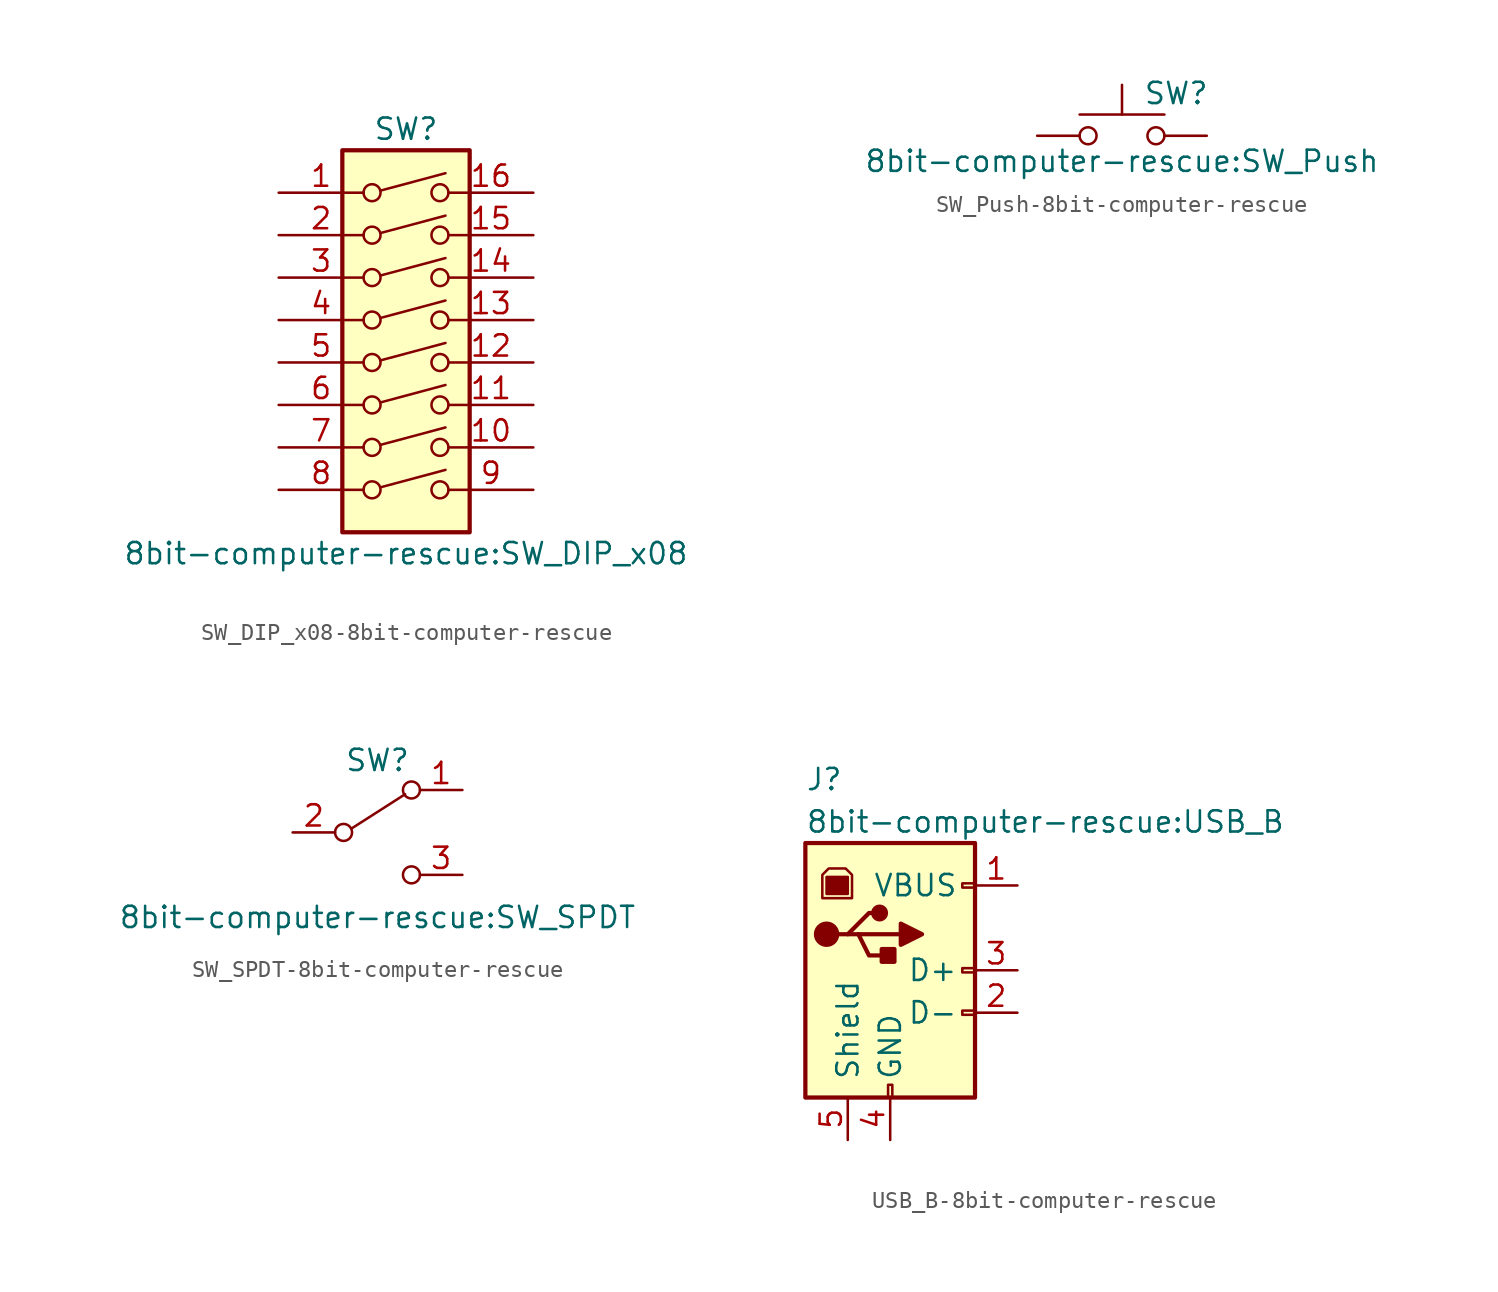
<source format=kicad_sym>
(kicad_symbol_lib
  (version 20231120)
  (generator "kicad_symbol_editor")
  (generator_version "8.0")
  (symbol "SW_DIP_x08-8bit-computer-rescue"
    (pin_names
      (offset 0) hide)
    (property "Reference" "SW"
      (at 0 13.97 0)
      (effects (font (size 1.27 1.27))))
    (property "Value" "8bit-computer-rescue:SW_DIP_x08"
      (at 0 -11.43 0)
      (effects (font (size 1.27 1.27))))
    (symbol "SW_DIP_x08-8bit-computer-rescue_0_0"
      (circle (center -2.032 -7.62) (radius 0.508) (stroke (width 0) (type solid)) (fill (type none)))
      (circle (center -2.032 -5.08) (radius 0.508) (stroke (width 0) (type solid)) (fill (type none)))
      (circle (center -2.032 -2.54) (radius 0.508) (stroke (width 0) (type solid)) (fill (type none)))
      (circle (center -2.032 0) (radius 0.508) (stroke (width 0) (type solid)) (fill (type none)))
      (circle (center -2.032 2.54) (radius 0.508) (stroke (width 0) (type solid)) (fill (type none)))
      (circle (center -2.032 5.08) (radius 0.508) (stroke (width 0) (type solid)) (fill (type none)))
      (circle (center -2.032 7.62) (radius 0.508) (stroke (width 0) (type solid)) (fill (type none)))
      (circle (center -2.032 10.16) (radius 0.508) (stroke (width 0) (type solid)) (fill (type none)))
      (polyline (pts (xy -1.524 -7.468) (xy 2.362 -6.426)) (stroke (width 0) (type solid)) (fill (type none)))
      (polyline (pts (xy -1.524 -4.928) (xy 2.362 -3.886)) (stroke (width 0) (type solid)) (fill (type none)))
      (polyline (pts (xy -1.524 -2.388) (xy 2.362 -1.346)) (stroke (width 0) (type solid)) (fill (type none)))
      (polyline (pts (xy -1.524 0.127) (xy 2.362 1.168)) (stroke (width 0) (type solid)) (fill (type none)))
      (polyline (pts (xy -1.524 2.667) (xy 2.362 3.708)) (stroke (width 0) (type solid)) (fill (type none)))
      (polyline (pts (xy -1.524 5.207) (xy 2.362 6.248)) (stroke (width 0) (type solid)) (fill (type none)))
      (polyline (pts (xy -1.524 7.747) (xy 2.362 8.788)) (stroke (width 0) (type solid)) (fill (type none)))
      (polyline (pts (xy -1.524 10.287) (xy 2.362 11.328)) (stroke (width 0) (type solid)) (fill (type none)))
      (circle (center 2.032 -7.62) (radius 0.508) (stroke (width 0) (type solid)) (fill (type none)))
      (circle (center 2.032 -5.08) (radius 0.508) (stroke (width 0) (type solid)) (fill (type none)))
      (circle (center 2.032 -2.54) (radius 0.508) (stroke (width 0) (type solid)) (fill (type none)))
      (circle (center 2.032 0) (radius 0.508) (stroke (width 0) (type solid)) (fill (type none)))
      (circle (center 2.032 2.54) (radius 0.508) (stroke (width 0) (type solid)) (fill (type none)))
      (circle (center 2.032 5.08) (radius 0.508) (stroke (width 0) (type solid)) (fill (type none)))
      (circle (center 2.032 7.62) (radius 0.508) (stroke (width 0) (type solid)) (fill (type none)))
      (circle (center 2.032 10.16) (radius 0.508) (stroke (width 0) (type solid)) (fill (type none))))
    (symbol "SW_DIP_x08-8bit-computer-rescue_0_1"
      (rectangle (start -3.81 12.7) (end 3.81 -10.16) (stroke (width 0.254) (type solid)) (fill (type background))))
    (symbol "SW_DIP_x08-8bit-computer-rescue_1_1"
      (pin passive line (at -7.62 10.16 0) (length 5.08) (name "~" (effects (font (size 1.27 1.27)))) (number "1" (effects (font (size 1.27 1.27)))))
      (pin passive line (at 7.62 -5.08 180) (length 5.08) (name "~" (effects (font (size 1.27 1.27)))) (number "10" (effects (font (size 1.27 1.27)))))
      (pin passive line (at 7.62 -2.54 180) (length 5.08) (name "~" (effects (font (size 1.27 1.27)))) (number "11" (effects (font (size 1.27 1.27)))))
      (pin passive line (at 7.62 0 180) (length 5.08) (name "~" (effects (font (size 1.27 1.27)))) (number "12" (effects (font (size 1.27 1.27)))))
      (pin passive line (at 7.62 2.54 180) (length 5.08) (name "~" (effects (font (size 1.27 1.27)))) (number "13" (effects (font (size 1.27 1.27)))))
      (pin passive line (at 7.62 5.08 180) (length 5.08) (name "~" (effects (font (size 1.27 1.27)))) (number "14" (effects (font (size 1.27 1.27)))))
      (pin passive line (at 7.62 7.62 180) (length 5.08) (name "~" (effects (font (size 1.27 1.27)))) (number "15" (effects (font (size 1.27 1.27)))))
      (pin passive line (at 7.62 10.16 180) (length 5.08) (name "~" (effects (font (size 1.27 1.27)))) (number "16" (effects (font (size 1.27 1.27)))))
      (pin passive line (at -7.62 7.62 0) (length 5.08) (name "~" (effects (font (size 1.27 1.27)))) (number "2" (effects (font (size 1.27 1.27)))))
      (pin passive line (at -7.62 5.08 0) (length 5.08) (name "~" (effects (font (size 1.27 1.27)))) (number "3" (effects (font (size 1.27 1.27)))))
      (pin passive line (at -7.62 2.54 0) (length 5.08) (name "~" (effects (font (size 1.27 1.27)))) (number "4" (effects (font (size 1.27 1.27)))))
      (pin passive line (at -7.62 0 0) (length 5.08) (name "~" (effects (font (size 1.27 1.27)))) (number "5" (effects (font (size 1.27 1.27)))))
      (pin passive line (at -7.62 -2.54 0) (length 5.08) (name "~" (effects (font (size 1.27 1.27)))) (number "6" (effects (font (size 1.27 1.27)))))
      (pin passive line (at -7.62 -5.08 0) (length 5.08) (name "~" (effects (font (size 1.27 1.27)))) (number "7" (effects (font (size 1.27 1.27)))))
      (pin passive line (at -7.62 -7.62 0) (length 5.08) (name "~" (effects (font (size 1.27 1.27)))) (number "8" (effects (font (size 1.27 1.27)))))
      (pin passive line (at 7.62 -7.62 180) (length 5.08) (name "~" (effects (font (size 1.27 1.27)))) (number "9" (effects (font (size 1.27 1.27)))))))
  (symbol "SW_Push-8bit-computer-rescue"
    (pin_numbers hide)
    (pin_names
      (offset 1.016) hide)
    (property "Reference" "SW"
      (at 1.27 2.54 0)
      (effects (font (size 1.27 1.27)) (justify left)))
    (property "Value" "8bit-computer-rescue:SW_Push"
      (at 0 -1.524 0)
      (effects (font (size 1.27 1.27))))
    (symbol "SW_Push-8bit-computer-rescue_0_1"
      (circle (center -2.032 0) (radius 0.508) (stroke (width 0) (type solid)) (fill (type none)))
      (polyline (pts (xy 0 1.27) (xy 0 3.048)) (stroke (width 0) (type solid)) (fill (type none)))
      (polyline (pts (xy 2.54 1.27) (xy -2.54 1.27)) (stroke (width 0) (type solid)) (fill (type none)))
      (circle (center 2.032 0) (radius 0.508) (stroke (width 0) (type solid)) (fill (type none)))
      (pin passive line (at -5.08 0 0) (length 2.54) (name "1" (effects (font (size 1.27 1.27)))) (number "1" (effects (font (size 1.27 1.27)))))
      (pin passive line (at 5.08 0 180) (length 2.54) (name "2" (effects (font (size 1.27 1.27)))) (number "2" (effects (font (size 1.27 1.27)))))))
  (symbol "SW_SPDT-8bit-computer-rescue"
    (pin_names
      (offset 0) hide)
    (property "Reference" "SW"
      (at 0 4.318 0)
      (effects (font (size 1.27 1.27))))
    (property "Value" "8bit-computer-rescue:SW_SPDT"
      (at 0 -5.08 0)
      (effects (font (size 1.27 1.27))))
    (symbol "SW_SPDT-8bit-computer-rescue_0_0"
      (circle (center -2.032 0) (radius 0.508) (stroke (width 0) (type solid)) (fill (type none)))
      (circle (center 2.032 -2.54) (radius 0.508) (stroke (width 0) (type solid)) (fill (type none))))
    (symbol "SW_SPDT-8bit-computer-rescue_0_1"
      (polyline (pts (xy -1.524 0.254) (xy 1.651 2.286)) (stroke (width 0) (type solid)) (fill (type none)))
      (circle (center 2.032 2.54) (radius 0.508) (stroke (width 0) (type solid)) (fill (type none))))
    (symbol "SW_SPDT-8bit-computer-rescue_1_1"
      (pin passive line (at 5.08 2.54 180) (length 2.54) (name "A" (effects (font (size 1.27 1.27)))) (number "1" (effects (font (size 1.27 1.27)))))
      (pin passive line (at -5.08 0 0) (length 2.54) (name "B" (effects (font (size 1.27 1.27)))) (number "2" (effects (font (size 1.27 1.27)))))
      (pin passive line (at 5.08 -2.54 180) (length 2.54) (name "C" (effects (font (size 1.27 1.27)))) (number "3" (effects (font (size 1.27 1.27)))))))
  (symbol "USB_B-8bit-computer-rescue"
    (pin_names
      (offset 1.016))
    (property "Reference" "J"
      (at -5.08 11.43 0)
      (effects (font (size 1.27 1.27)) (justify left)))
    (property "Value" "8bit-computer-rescue:USB_B"
      (at -5.08 8.89 0)
      (effects (font (size 1.27 1.27)) (justify left)))
    (symbol "USB_B-8bit-computer-rescue_0_1"
      (rectangle (start -5.08 -7.62) (end 5.08 7.62) (stroke (width 0.254) (type solid)) (fill (type background)))
      (circle (center -3.81 2.159) (radius 0.635) (stroke (width 0.254) (type solid)) (fill (type outline)))
      (rectangle (start -3.81 5.588) (end -2.54 4.572) (stroke (width 0) (type solid)) (fill (type outline)))
      (circle (center -0.635 3.429) (radius 0.381) (stroke (width 0.254) (type solid)) (fill (type outline)))
      (rectangle (start -0.127 -7.62) (end 0.127 -6.858) (stroke (width 0) (type solid)) (fill (type none)))
      (polyline (pts (xy -1.905 2.159) (xy 0.635 2.159)) (stroke (width 0.254) (type solid)) (fill (type none)))
      (polyline (pts (xy -3.175 2.159) (xy -2.54 2.159) (xy -1.27 3.429) (xy -0.635 3.429)) (stroke (width 0.254) (type solid)) (fill (type none)))
      (polyline (pts (xy -2.54 2.159) (xy -1.905 2.159) (xy -1.27 0.889) (xy 0 0.889)) (stroke (width 0.254) (type solid)) (fill (type none)))
      (polyline (pts (xy 0.635 2.794) (xy 0.635 1.524) (xy 1.905 2.159) (xy 0.635 2.794)) (stroke (width 0.254) (type solid)) (fill (type outline)))
      (polyline (pts (xy -4.064 4.318) (xy -2.286 4.318) (xy -2.286 5.715) (xy -2.667 6.096) (xy -3.683 6.096) (xy -4.064 5.715) (xy -4.064 4.318)) (stroke (width 0) (type solid)) (fill (type none)))
      (rectangle (start 0.254 1.27) (end -0.508 0.508) (stroke (width 0.254) (type solid)) (fill (type outline)))
      (rectangle (start 5.08 -2.667) (end 4.318 -2.413) (stroke (width 0) (type solid)) (fill (type none)))
      (rectangle (start 5.08 -0.127) (end 4.318 0.127) (stroke (width 0) (type solid)) (fill (type none)))
      (rectangle (start 5.08 4.953) (end 4.318 5.207) (stroke (width 0) (type solid)) (fill (type none))))
    (symbol "USB_B-8bit-computer-rescue_1_1"
      (pin power_out line (at 7.62 5.08 180) (length 2.54) (name "VBUS" (effects (font (size 1.27 1.27)))) (number "1" (effects (font (size 1.27 1.27)))))
      (pin passive line (at 7.62 -2.54 180) (length 2.54) (name "D-" (effects (font (size 1.27 1.27)))) (number "2" (effects (font (size 1.27 1.27)))))
      (pin passive line (at 7.62 0 180) (length 2.54) (name "D+" (effects (font (size 1.27 1.27)))) (number "3" (effects (font (size 1.27 1.27)))))
      (pin power_out line (at 0 -10.16 90) (length 2.54) (name "GND" (effects (font (size 1.27 1.27)))) (number "4" (effects (font (size 1.27 1.27)))))
      (pin passive line (at -2.54 -10.16 90) (length 2.54) (name "Shield" (effects (font (size 1.27 1.27)))) (number "5" (effects (font (size 1.27 1.27))))))))
</source>
